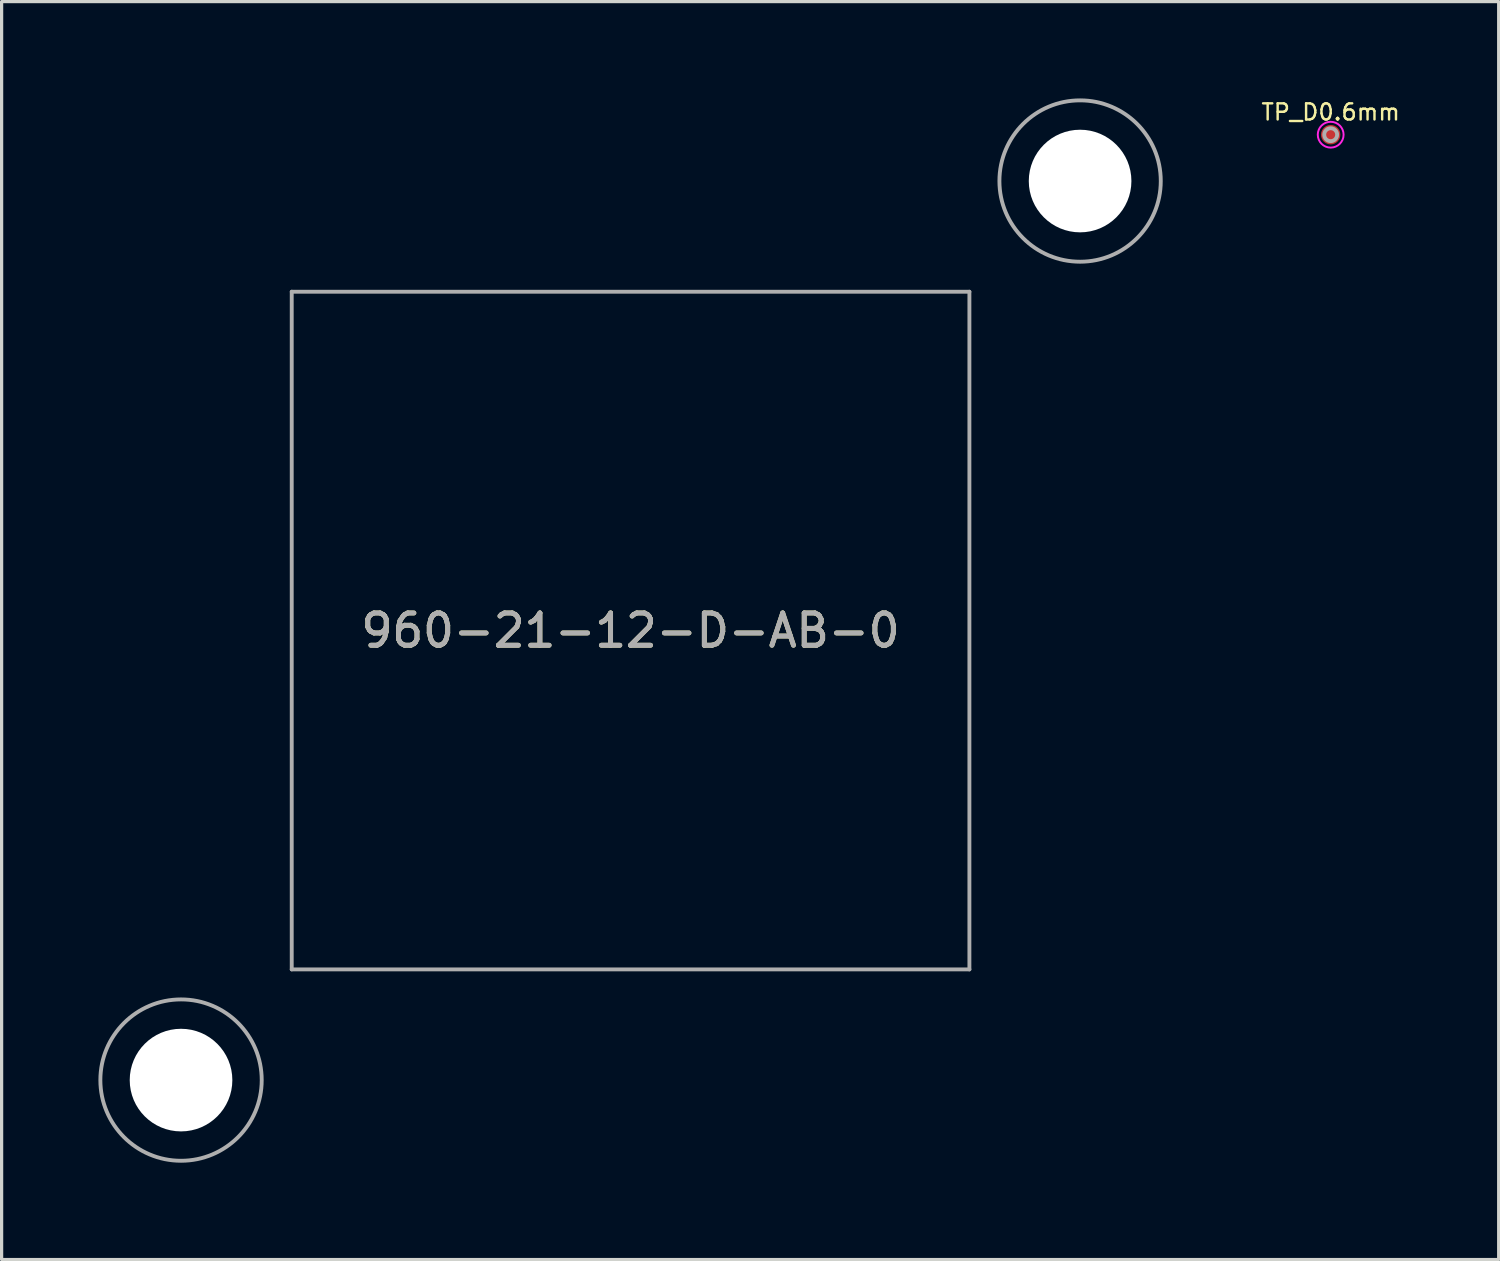
<source format=kicad_pcb>
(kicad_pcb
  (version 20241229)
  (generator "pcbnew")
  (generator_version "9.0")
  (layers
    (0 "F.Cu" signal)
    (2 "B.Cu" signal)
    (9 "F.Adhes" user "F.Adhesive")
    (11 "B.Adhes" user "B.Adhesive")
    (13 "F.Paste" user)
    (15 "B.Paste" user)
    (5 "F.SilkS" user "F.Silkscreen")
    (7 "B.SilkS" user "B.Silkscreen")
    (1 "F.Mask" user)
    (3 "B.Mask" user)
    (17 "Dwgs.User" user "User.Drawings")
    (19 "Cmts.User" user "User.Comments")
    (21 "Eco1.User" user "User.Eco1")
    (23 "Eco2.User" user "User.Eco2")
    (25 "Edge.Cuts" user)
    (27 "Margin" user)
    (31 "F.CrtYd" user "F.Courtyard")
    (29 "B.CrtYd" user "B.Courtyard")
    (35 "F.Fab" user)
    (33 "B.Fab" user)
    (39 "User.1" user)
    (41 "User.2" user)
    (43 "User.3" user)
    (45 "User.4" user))
  (footprint "960-21-12-D-AB-0"
    (layer "F.Cu")
    (at 16.49 16.49)
    (property "Reference" "960-21-12-D-AB-0" (at 0 0 0) (layer "F.SilkS") (effects (font (size 1 1) (thickness 0.15))))
    (attr through_hole)
    (fp_line (start -10.5 -10.5) (end 10.5 -10.5) (stroke (width 0.12) (type solid)) (layer "F.Fab"))
    (fp_line (start -10.5 10.5) (end -10.5 -10.5) (stroke (width 0.12) (type solid)) (layer "F.Fab"))
    (fp_line (start 10.5 -10.5) (end 10.5 10.5) (stroke (width 0.12) (type solid)) (layer "F.Fab"))
    (fp_line (start 10.5 10.5) (end -10.5 10.5) (stroke (width 0.12) (type solid)) (layer "F.Fab"))
    (fp_circle (center -13.93 13.93) (end -11.43 13.93) (stroke (width 0.12) (type solid)) (fill no) (layer "F.Fab"))
    (fp_circle (center 13.93 -13.93) (end 16.43 -13.93) (stroke (width 0.12) (type solid)) (fill no) (layer "F.Fab"))
    (fp_text user "${REFERENCE}" (at 0 0 0) (layer "F.Fab") (effects (font (size 1 1) (thickness 0.15))))
    (pad "" np_thru_hole circle (at -13.93 13.93) (size 3.18 3.18) (drill 3.18) (layers "*.Cu" "*.Mask"))
    (pad "" np_thru_hole circle (at 13.93 -13.93) (size 3.18 3.18) (drill 3.18) (layers "*.Cu" "*.Mask")))
  (footprint "TP_D0.6mm"
    (layer "F.Cu")
    (at 38.185 1.124)
    (property "Reference" "TP_D0.6mm" (at 0 -0.7 0) (layer "F.SilkS") (effects (font (size 0.5 0.5) (thickness 0.075))))
    (attr through_hole)
    (fp_circle (center 0 0) (end 0.4 0) (stroke (width 0.06) (type solid)) (fill no) (layer "F.CrtYd"))
    (fp_circle (center 0 0) (end 0.2 0) (stroke (width 0.12) (type solid)) (fill no) (layer "F.Fab"))
    (pad "1" smd circle (at 0 0) (size 0.6 0.6) (layers "F.Cu" "F.Mask")))
  (gr_rect
    (start -3 -3)
    (end 43.391 35.98)
    (stroke (width 0.1) (type default))
    (fill no)
    (layer "Edge.Cuts")))
</source>
